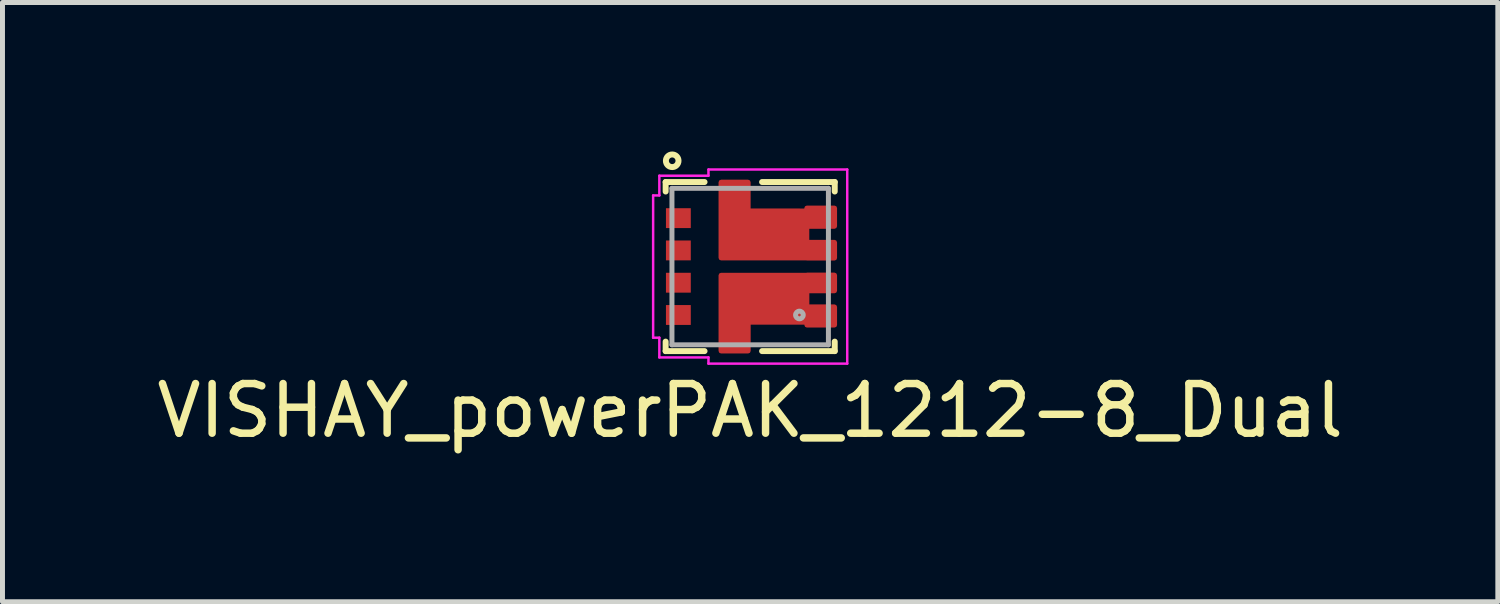
<source format=kicad_pcb>
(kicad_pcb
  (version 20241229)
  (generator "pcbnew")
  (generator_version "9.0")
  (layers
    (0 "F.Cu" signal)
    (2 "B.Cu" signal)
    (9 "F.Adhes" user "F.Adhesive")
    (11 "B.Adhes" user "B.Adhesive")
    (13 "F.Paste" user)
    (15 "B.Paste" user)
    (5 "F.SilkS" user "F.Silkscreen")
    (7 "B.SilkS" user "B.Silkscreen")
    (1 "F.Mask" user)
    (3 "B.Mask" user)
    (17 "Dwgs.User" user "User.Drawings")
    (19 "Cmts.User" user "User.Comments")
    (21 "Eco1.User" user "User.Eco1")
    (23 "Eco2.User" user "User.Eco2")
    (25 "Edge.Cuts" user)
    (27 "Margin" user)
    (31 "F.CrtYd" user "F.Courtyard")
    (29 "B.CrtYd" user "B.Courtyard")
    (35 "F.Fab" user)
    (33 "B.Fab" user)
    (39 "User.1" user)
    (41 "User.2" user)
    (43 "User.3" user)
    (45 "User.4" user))
  (footprint "VISHAY_powerPAK_1212-8_Dual"
    (layer "F.Cu")
    (at 11.954 2.317)
    (property "Reference" "VISHAY_powerPAK_1212-8_Dual" (at 0.1 2.9 180) (layer "F.SilkS") (effects (font (size 1 1) (thickness 0.15))))
    (attr smd)
    (fp_poly (pts (xy -0.486 -0.174) (xy -0.486 -1.7) (xy 0.06 -1.7) (xy 0.06 -1.119) (xy 1.241 -1.119) (xy 1.241 -1.178) (xy 1.8 -1.178) (xy 1.8 -0.812) (xy 1.241 -0.812) (xy 1.241 -0.488) (xy 1.8 -0.488) (xy 1.8 -0.172) (xy 1.241 -0.172) (xy 1.241 -0.174)) (stroke (width 0.1) (type solid)) (fill yes) (layer "F.Mask"))
    (fp_poly (pts (xy 1.8 1.178) (xy 1.241 1.178) (xy 1.241 1.119) (xy 0.06 1.12) (xy 0.06 1.7) (xy -0.486 1.7) (xy -0.486 0.174) (xy 1.241 0.174) (xy 1.241 0.172) (xy 1.8 0.172) (xy 1.8 0.488) (xy 1.241 0.488) (xy 1.241 0.812) (xy 1.8 0.812)) (stroke (width 0.1) (type solid)) (fill yes) (layer "F.Mask"))
    (fp_line (start -1.602 -1.702) (end -1.602 -1.511) (stroke (width 0.12) (type solid)) (layer "F.SilkS"))
    (fp_line (start -1.602 1.511) (end -1.602 1.702) (stroke (width 0.12) (type solid)) (layer "F.SilkS"))
    (fp_line (start -1.602 1.702) (end -0.819 1.702) (stroke (width 0.12) (type solid)) (layer "F.SilkS"))
    (fp_line (start -0.819 -1.702) (end -1.602 -1.702) (stroke (width 0.12) (type solid)) (layer "F.SilkS"))
    (fp_line (start 0.34 1.702) (end 1.802 1.702) (stroke (width 0.12) (type solid)) (layer "F.SilkS"))
    (fp_line (start 1.802 -1.702) (end 0.34 -1.702) (stroke (width 0.12) (type solid)) (layer "F.SilkS"))
    (fp_line (start 1.802 -1.511) (end 1.802 -1.702) (stroke (width 0.12) (type solid)) (layer "F.SilkS"))
    (fp_line (start 1.802 1.702) (end 1.802 1.511) (stroke (width 0.12) (type solid)) (layer "F.SilkS"))
    (fp_circle (center -1.47 -2.13) (end -1.597 -2.13) (stroke (width 0.12) (type solid)) (fill no) (layer "F.SilkS"))
    (fp_poly (pts (xy 1.8 -1.178) (xy 1.8 -0.812) (xy 1.241 -0.812) (xy 1.241 -0.488) (xy 1.8 -0.488) (xy 1.8 -0.172) (xy 1.241 -0.172) (xy 1.241 -0.174) (xy -0.486 -0.174) (xy -0.486 -1.119) (xy -0.486 -1.7) (xy 0.06 -1.7) (xy 0.06 -1.119) (xy 1.241 -1.119) (xy 1.241 -1.178)) (stroke (width 0.1) (type solid)) (fill yes) (layer "F.Paste"))
    (fp_poly (pts (xy 1.8 0.172) (xy 1.8 0.488) (xy 1.241 0.488) (xy 1.241 0.812) (xy 1.8 0.812) (xy 1.8 1.178) (xy 1.241 1.178) (xy 1.241 1.119) (xy 0.06 1.12) (xy 0.06 1.7) (xy -0.486 1.7) (xy -0.486 1.119) (xy -0.486 0.174) (xy 1.241 0.174) (xy 1.241 0.172)) (stroke (width 0.1) (type solid)) (fill yes) (layer "F.Paste"))
    (fp_line (start -1.854 -1.432) (end -1.854 1.432) (stroke (width 0.05) (type solid)) (layer "F.CrtYd"))
    (fp_line (start -1.854 1.432) (end -1.729 1.432) (stroke (width 0.05) (type solid)) (layer "F.CrtYd"))
    (fp_line (start -1.729 -1.829) (end -1.729 -1.432) (stroke (width 0.05) (type solid)) (layer "F.CrtYd"))
    (fp_line (start -1.729 -1.432) (end -1.854 -1.432) (stroke (width 0.05) (type solid)) (layer "F.CrtYd"))
    (fp_line (start -1.729 1.432) (end -1.729 1.829) (stroke (width 0.05) (type solid)) (layer "F.CrtYd"))
    (fp_line (start -1.729 1.829) (end -0.74 1.829) (stroke (width 0.05) (type solid)) (layer "F.CrtYd"))
    (fp_line (start -0.74 -1.954) (end -0.74 -1.829) (stroke (width 0.05) (type solid)) (layer "F.CrtYd"))
    (fp_line (start -0.74 -1.829) (end -1.729 -1.829) (stroke (width 0.05) (type solid)) (layer "F.CrtYd"))
    (fp_line (start -0.74 1.829) (end -0.74 1.954) (stroke (width 0.05) (type solid)) (layer "F.CrtYd"))
    (fp_line (start -0.74 1.954) (end 2.054 1.954) (stroke (width 0.05) (type solid)) (layer "F.CrtYd"))
    (fp_line (start 2.054 -1.954) (end -0.74 -1.954) (stroke (width 0.05) (type solid)) (layer "F.CrtYd"))
    (fp_line (start 2.054 1.954) (end 2.054 -1.954) (stroke (width 0.05) (type solid)) (layer "F.CrtYd"))
    (fp_line (start -1.475 -1.575) (end -1.475 1.575) (stroke (width 0.1) (type solid)) (layer "F.Fab"))
    (fp_line (start -1.475 1.575) (end 1.675 1.575) (stroke (width 0.1) (type solid)) (layer "F.Fab"))
    (fp_line (start 1.675 -1.575) (end -1.475 -1.575) (stroke (width 0.1) (type solid)) (layer "F.Fab"))
    (fp_line (start 1.675 1.575) (end 1.675 -1.575) (stroke (width 0.1) (type solid)) (layer "F.Fab"))
    (fp_circle (center 1.091 0.975) (end 1.014 0.975) (stroke (width 0.1) (type solid)) (fill no) (layer "F.Fab"))
    (pad "1" smd rect (at -1.346 -0.975 180) (size 0.5 0.4) (layers "F.Cu" "F.Mask" "F.Paste"))
    (pad "2" smd rect (at -1.346 -0.325 180) (size 0.5 0.4) (layers "F.Cu" "F.Mask" "F.Paste"))
    (pad "3" smd rect (at -1.346 0.325 180) (size 0.5 0.4) (layers "F.Cu" "F.Mask" "F.Paste"))
    (pad "4" smd rect (at -1.346 0.975 180) (size 0.5 0.4) (layers "F.Cu" "F.Mask" "F.Paste"))
    (pad "5" smd custom (at 1.52 0.325 180) (size 0.559 0.406) (layers "F.Cu" "F.Mask" "F.Paste") (options (anchor rect)) (primitives (gr_poly (pts (xy 2.007 0.15) (xy 0.279 0.15) (xy 0.279 0.153) (xy -0.279 0.153) (xy -0.279 -0.163) (xy 0.279 -0.163) (xy 0.279 -0.487) (xy -0.279 -0.487) (xy -0.279 -0.853) (xy 0.279 -0.853) (xy 0.279 -0.795) (xy 1.46 -0.795) (xy 1.46 -1.375) (xy 2.007 -1.375)) (width 0.1) (fill yes))))
    (pad "7" smd custom (at 1.52 -0.975 180) (size 0.559 0.406) (layers "F.Cu" "F.Mask" "F.Paste") (options (anchor rect)) (primitives (gr_poly (pts (xy 0.28 -0.801) (xy 2.007 -0.801) (xy 2.007 0.724) (xy 1.461 0.724) (xy 1.461 0.145) (xy 0.28 0.144) (xy 0.28 0.203) (xy -0.279 0.203) (xy -0.279 -0.164) (xy 0.28 -0.164) (xy 0.28 -0.487) (xy -0.279 -0.487) (xy -0.279 -0.804) (xy 0.28 -0.804)) (width 0.1) (fill yes)))))
  (gr_rect
    (start -3 -3)
    (end 27.107 9.065)
    (stroke (width 0.1) (type default))
    (fill no)
    (layer "Edge.Cuts")))
</source>
